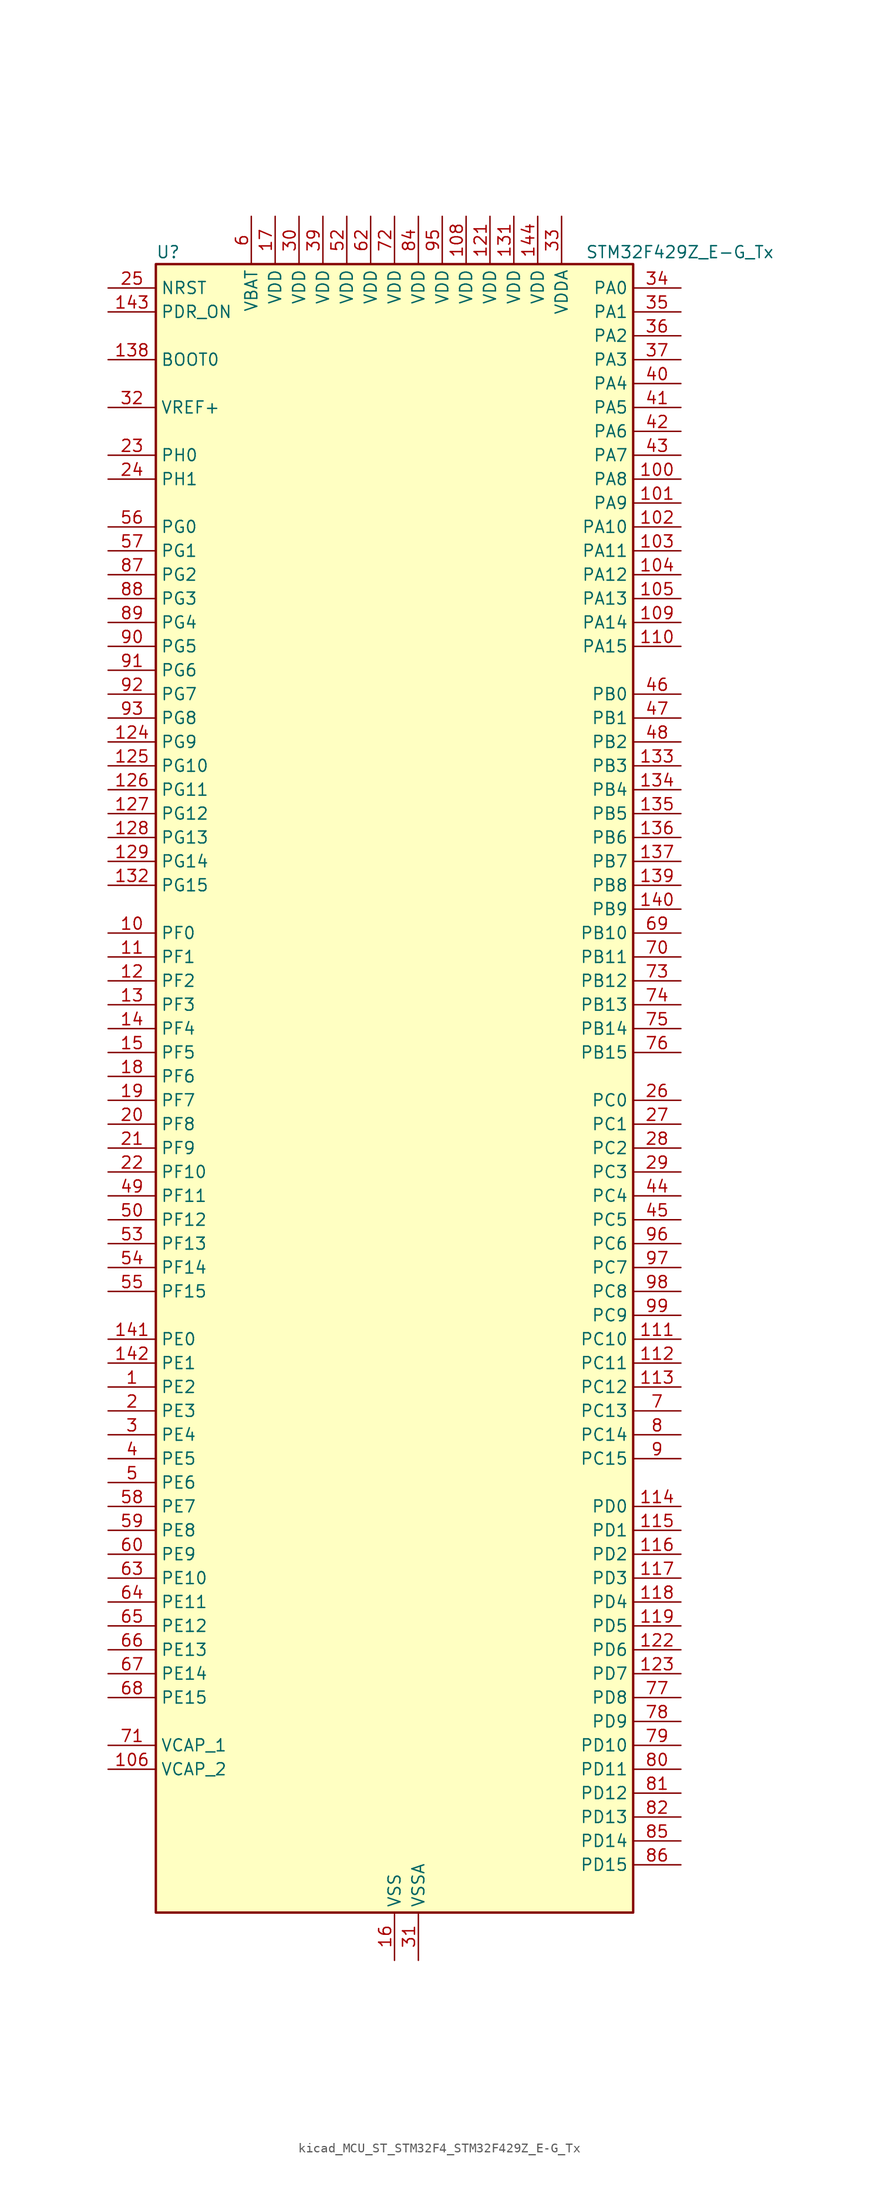
<source format=kicad_sym>
(kicad_symbol_lib
  (version 20220914)
  (generator kicad_symbol_editor)
  (symbol "kicad_MCU_ST_STM32F4_STM32F429Z_E-G_Tx"
    (property "Reference" "U"
      (at -25.4 90.17 0)
      (effects (font (size 1.27 1.27)) (justify left)))
    (property "Value" "STM32F429Z_E-G_Tx"
      (at 20.32 90.17 0)
      (effects (font (size 1.27 1.27)) (justify left)))
    (property "ki_locked" ""
      (at 0 0 0)
      (effects (font (size 1.27 1.27))))
    (symbol "kicad_MCU_ST_STM32F4_STM32F429Z_E-G_Tx_0_1"
      (rectangle (start -25.4 -86.36) (end 25.4 88.9) (stroke (width 0.254) (type default)) (fill (type background))))
    (symbol "kicad_MCU_ST_STM32F4_STM32F429Z_E-G_Tx_1_1"
      (pin bidirectional line (at -30.48 -30.48 0) (length 5.08) (name "PE2" (effects (font (size 1.27 1.27)))) (number "1" (effects (font (size 1.27 1.27)))) (alternate "ETH_TXD3" bidirectional line) (alternate "FMC_A23" bidirectional line) (alternate "SAI1_MCLK_A" bidirectional line) (alternate "SPI4_SCK" bidirectional line) (alternate "SYS_TRACECLK" bidirectional line))
      (pin bidirectional line (at -30.48 17.78 0) (length 5.08) (name "PF0" (effects (font (size 1.27 1.27)))) (number "10" (effects (font (size 1.27 1.27)))) (alternate "FMC_A0" bidirectional line) (alternate "I2C2_SDA" bidirectional line))
      (pin bidirectional line (at 30.48 66.04 180) (length 5.08) (name "PA8" (effects (font (size 1.27 1.27)))) (number "100" (effects (font (size 1.27 1.27)))) (alternate "I2C3_SCL" bidirectional line) (alternate "LTDC_R6" bidirectional line) (alternate "RCC_MCO_1" bidirectional line) (alternate "TIM1_CH1" bidirectional line) (alternate "USART1_CK" bidirectional line) (alternate "USB_OTG_FS_SOF" bidirectional line))
      (pin bidirectional line (at 30.48 63.5 180) (length 5.08) (name "PA9" (effects (font (size 1.27 1.27)))) (number "101" (effects (font (size 1.27 1.27)))) (alternate "DAC_EXTI9" bidirectional line) (alternate "DCMI_D0" bidirectional line) (alternate "I2C3_SMBA" bidirectional line) (alternate "TIM1_CH2" bidirectional line) (alternate "USART1_TX" bidirectional line) (alternate "USB_OTG_FS_VBUS" bidirectional line))
      (pin bidirectional line (at 30.48 60.96 180) (length 5.08) (name "PA10" (effects (font (size 1.27 1.27)))) (number "102" (effects (font (size 1.27 1.27)))) (alternate "DCMI_D1" bidirectional line) (alternate "TIM1_CH3" bidirectional line) (alternate "USART1_RX" bidirectional line) (alternate "USB_OTG_FS_ID" bidirectional line))
      (pin bidirectional line (at 30.48 58.42 180) (length 5.08) (name "PA11" (effects (font (size 1.27 1.27)))) (number "103" (effects (font (size 1.27 1.27)))) (alternate "ADC1_EXTI11" bidirectional line) (alternate "ADC2_EXTI11" bidirectional line) (alternate "ADC3_EXTI11" bidirectional line) (alternate "CAN1_RX" bidirectional line) (alternate "LTDC_R4" bidirectional line) (alternate "TIM1_CH4" bidirectional line) (alternate "USART1_CTS" bidirectional line) (alternate "USB_OTG_FS_DM" bidirectional line))
      (pin bidirectional line (at 30.48 55.88 180) (length 5.08) (name "PA12" (effects (font (size 1.27 1.27)))) (number "104" (effects (font (size 1.27 1.27)))) (alternate "CAN1_TX" bidirectional line) (alternate "LTDC_R5" bidirectional line) (alternate "TIM1_ETR" bidirectional line) (alternate "USART1_RTS" bidirectional line) (alternate "USB_OTG_FS_DP" bidirectional line))
      (pin bidirectional line (at 30.48 53.34 180) (length 5.08) (name "PA13" (effects (font (size 1.27 1.27)))) (number "105" (effects (font (size 1.27 1.27)))) (alternate "SYS_JTMS-SWDIO" bidirectional line))
      (pin power_out line (at -30.48 -71.12 0) (length 5.08) (name "VCAP_2" (effects (font (size 1.27 1.27)))) (number "106" (effects (font (size 1.27 1.27)))))
      (pin passive line (at 0 -91.44 90) (length 5.08) hide (name "VSS" (effects (font (size 1.27 1.27)))) (number "107" (effects (font (size 1.27 1.27)))))
      (pin power_in line (at 7.62 93.98 270) (length 5.08) (name "VDD" (effects (font (size 1.27 1.27)))) (number "108" (effects (font (size 1.27 1.27)))))
      (pin bidirectional line (at 30.48 50.8 180) (length 5.08) (name "PA14" (effects (font (size 1.27 1.27)))) (number "109" (effects (font (size 1.27 1.27)))) (alternate "SYS_JTCK-SWCLK" bidirectional line))
      (pin bidirectional line (at -30.48 15.24 0) (length 5.08) (name "PF1" (effects (font (size 1.27 1.27)))) (number "11" (effects (font (size 1.27 1.27)))) (alternate "FMC_A1" bidirectional line) (alternate "I2C2_SCL" bidirectional line))
      (pin bidirectional line (at 30.48 48.26 180) (length 5.08) (name "PA15" (effects (font (size 1.27 1.27)))) (number "110" (effects (font (size 1.27 1.27)))) (alternate "ADC1_EXTI15" bidirectional line) (alternate "ADC2_EXTI15" bidirectional line) (alternate "ADC3_EXTI15" bidirectional line) (alternate "I2S3_WS" bidirectional line) (alternate "SPI1_NSS" bidirectional line) (alternate "SPI3_NSS" bidirectional line) (alternate "SYS_JTDI" bidirectional line) (alternate "TIM2_CH1" bidirectional line) (alternate "TIM2_ETR" bidirectional line))
      (pin bidirectional line (at 30.48 -25.4 180) (length 5.08) (name "PC10" (effects (font (size 1.27 1.27)))) (number "111" (effects (font (size 1.27 1.27)))) (alternate "DCMI_D8" bidirectional line) (alternate "I2S3_CK" bidirectional line) (alternate "LTDC_R2" bidirectional line) (alternate "SDIO_D2" bidirectional line) (alternate "SPI3_SCK" bidirectional line) (alternate "UART4_TX" bidirectional line) (alternate "USART3_TX" bidirectional line))
      (pin bidirectional line (at 30.48 -27.94 180) (length 5.08) (name "PC11" (effects (font (size 1.27 1.27)))) (number "112" (effects (font (size 1.27 1.27)))) (alternate "ADC1_EXTI11" bidirectional line) (alternate "ADC2_EXTI11" bidirectional line) (alternate "ADC3_EXTI11" bidirectional line) (alternate "DCMI_D4" bidirectional line) (alternate "I2S3_ext_SD" bidirectional line) (alternate "SDIO_D3" bidirectional line) (alternate "SPI3_MISO" bidirectional line) (alternate "UART4_RX" bidirectional line) (alternate "USART3_RX" bidirectional line))
      (pin bidirectional line (at 30.48 -30.48 180) (length 5.08) (name "PC12" (effects (font (size 1.27 1.27)))) (number "113" (effects (font (size 1.27 1.27)))) (alternate "DCMI_D9" bidirectional line) (alternate "I2S3_SD" bidirectional line) (alternate "SDIO_CK" bidirectional line) (alternate "SPI3_MOSI" bidirectional line) (alternate "UART5_TX" bidirectional line) (alternate "USART3_CK" bidirectional line))
      (pin bidirectional line (at 30.48 -43.18 180) (length 5.08) (name "PD0" (effects (font (size 1.27 1.27)))) (number "114" (effects (font (size 1.27 1.27)))) (alternate "CAN1_RX" bidirectional line) (alternate "FMC_D2" bidirectional line) (alternate "FMC_DA2" bidirectional line))
      (pin bidirectional line (at 30.48 -45.72 180) (length 5.08) (name "PD1" (effects (font (size 1.27 1.27)))) (number "115" (effects (font (size 1.27 1.27)))) (alternate "CAN1_TX" bidirectional line) (alternate "FMC_D3" bidirectional line) (alternate "FMC_DA3" bidirectional line))
      (pin bidirectional line (at 30.48 -48.26 180) (length 5.08) (name "PD2" (effects (font (size 1.27 1.27)))) (number "116" (effects (font (size 1.27 1.27)))) (alternate "DCMI_D11" bidirectional line) (alternate "SDIO_CMD" bidirectional line) (alternate "TIM3_ETR" bidirectional line) (alternate "UART5_RX" bidirectional line))
      (pin bidirectional line (at 30.48 -50.8 180) (length 5.08) (name "PD3" (effects (font (size 1.27 1.27)))) (number "117" (effects (font (size 1.27 1.27)))) (alternate "DCMI_D5" bidirectional line) (alternate "FMC_CLK" bidirectional line) (alternate "I2S2_CK" bidirectional line) (alternate "LTDC_G7" bidirectional line) (alternate "SPI2_SCK" bidirectional line) (alternate "USART2_CTS" bidirectional line))
      (pin bidirectional line (at 30.48 -53.34 180) (length 5.08) (name "PD4" (effects (font (size 1.27 1.27)))) (number "118" (effects (font (size 1.27 1.27)))) (alternate "FMC_NOE" bidirectional line) (alternate "USART2_RTS" bidirectional line))
      (pin bidirectional line (at 30.48 -55.88 180) (length 5.08) (name "PD5" (effects (font (size 1.27 1.27)))) (number "119" (effects (font (size 1.27 1.27)))) (alternate "FMC_NWE" bidirectional line) (alternate "USART2_TX" bidirectional line))
      (pin bidirectional line (at -30.48 12.7 0) (length 5.08) (name "PF2" (effects (font (size 1.27 1.27)))) (number "12" (effects (font (size 1.27 1.27)))) (alternate "FMC_A2" bidirectional line) (alternate "I2C2_SMBA" bidirectional line))
      (pin passive line (at 0 -91.44 90) (length 5.08) hide (name "VSS" (effects (font (size 1.27 1.27)))) (number "120" (effects (font (size 1.27 1.27)))))
      (pin power_in line (at 10.16 93.98 270) (length 5.08) (name "VDD" (effects (font (size 1.27 1.27)))) (number "121" (effects (font (size 1.27 1.27)))))
      (pin bidirectional line (at 30.48 -58.42 180) (length 5.08) (name "PD6" (effects (font (size 1.27 1.27)))) (number "122" (effects (font (size 1.27 1.27)))) (alternate "DCMI_D10" bidirectional line) (alternate "FMC_NWAIT" bidirectional line) (alternate "I2S3_SD" bidirectional line) (alternate "LTDC_B2" bidirectional line) (alternate "SAI1_SD_A" bidirectional line) (alternate "SPI3_MOSI" bidirectional line) (alternate "USART2_RX" bidirectional line))
      (pin bidirectional line (at 30.48 -60.96 180) (length 5.08) (name "PD7" (effects (font (size 1.27 1.27)))) (number "123" (effects (font (size 1.27 1.27)))) (alternate "FMC_NCE2" bidirectional line) (alternate "FMC_NE1" bidirectional line) (alternate "USART2_CK" bidirectional line))
      (pin bidirectional line (at -30.48 38.1 0) (length 5.08) (name "PG9" (effects (font (size 1.27 1.27)))) (number "124" (effects (font (size 1.27 1.27)))) (alternate "DAC_EXTI9" bidirectional line) (alternate "DCMI_VSYNC" bidirectional line) (alternate "FMC_NCE3" bidirectional line) (alternate "FMC_NE2" bidirectional line) (alternate "USART6_RX" bidirectional line))
      (pin bidirectional line (at -30.48 35.56 0) (length 5.08) (name "PG10" (effects (font (size 1.27 1.27)))) (number "125" (effects (font (size 1.27 1.27)))) (alternate "DCMI_D2" bidirectional line) (alternate "FMC_NCE4_1" bidirectional line) (alternate "FMC_NE3" bidirectional line) (alternate "LTDC_B2" bidirectional line) (alternate "LTDC_G3" bidirectional line))
      (pin bidirectional line (at -30.48 33.02 0) (length 5.08) (name "PG11" (effects (font (size 1.27 1.27)))) (number "126" (effects (font (size 1.27 1.27)))) (alternate "ADC1_EXTI11" bidirectional line) (alternate "ADC2_EXTI11" bidirectional line) (alternate "ADC3_EXTI11" bidirectional line) (alternate "DCMI_D3" bidirectional line) (alternate "ETH_TX_EN" bidirectional line) (alternate "FMC_NCE4_2" bidirectional line) (alternate "LTDC_B3" bidirectional line))
      (pin bidirectional line (at -30.48 30.48 0) (length 5.08) (name "PG12" (effects (font (size 1.27 1.27)))) (number "127" (effects (font (size 1.27 1.27)))) (alternate "FMC_NE4" bidirectional line) (alternate "LTDC_B1" bidirectional line) (alternate "LTDC_B4" bidirectional line) (alternate "SPI6_MISO" bidirectional line) (alternate "USART6_RTS" bidirectional line))
      (pin bidirectional line (at -30.48 27.94 0) (length 5.08) (name "PG13" (effects (font (size 1.27 1.27)))) (number "128" (effects (font (size 1.27 1.27)))) (alternate "ETH_TXD0" bidirectional line) (alternate "FMC_A24" bidirectional line) (alternate "SPI6_SCK" bidirectional line) (alternate "USART6_CTS" bidirectional line))
      (pin bidirectional line (at -30.48 25.4 0) (length 5.08) (name "PG14" (effects (font (size 1.27 1.27)))) (number "129" (effects (font (size 1.27 1.27)))) (alternate "ETH_TXD1" bidirectional line) (alternate "FMC_A25" bidirectional line) (alternate "SPI6_MOSI" bidirectional line) (alternate "USART6_TX" bidirectional line))
      (pin bidirectional line (at -30.48 10.16 0) (length 5.08) (name "PF3" (effects (font (size 1.27 1.27)))) (number "13" (effects (font (size 1.27 1.27)))) (alternate "ADC3_IN9" bidirectional line) (alternate "FMC_A3" bidirectional line))
      (pin passive line (at 0 -91.44 90) (length 5.08) hide (name "VSS" (effects (font (size 1.27 1.27)))) (number "130" (effects (font (size 1.27 1.27)))))
      (pin power_in line (at 12.7 93.98 270) (length 5.08) (name "VDD" (effects (font (size 1.27 1.27)))) (number "131" (effects (font (size 1.27 1.27)))))
      (pin bidirectional line (at -30.48 22.86 0) (length 5.08) (name "PG15" (effects (font (size 1.27 1.27)))) (number "132" (effects (font (size 1.27 1.27)))) (alternate "ADC1_EXTI15" bidirectional line) (alternate "ADC2_EXTI15" bidirectional line) (alternate "ADC3_EXTI15" bidirectional line) (alternate "DCMI_D13" bidirectional line) (alternate "FMC_SDNCAS" bidirectional line) (alternate "USART6_CTS" bidirectional line))
      (pin bidirectional line (at 30.48 35.56 180) (length 5.08) (name "PB3" (effects (font (size 1.27 1.27)))) (number "133" (effects (font (size 1.27 1.27)))) (alternate "I2S3_CK" bidirectional line) (alternate "SPI1_SCK" bidirectional line) (alternate "SPI3_SCK" bidirectional line) (alternate "SYS_JTDO-SWO" bidirectional line) (alternate "TIM2_CH2" bidirectional line))
      (pin bidirectional line (at 30.48 33.02 180) (length 5.08) (name "PB4" (effects (font (size 1.27 1.27)))) (number "134" (effects (font (size 1.27 1.27)))) (alternate "I2S3_ext_SD" bidirectional line) (alternate "SPI1_MISO" bidirectional line) (alternate "SPI3_MISO" bidirectional line) (alternate "SYS_JTRST" bidirectional line) (alternate "TIM3_CH1" bidirectional line))
      (pin bidirectional line (at 30.48 30.48 180) (length 5.08) (name "PB5" (effects (font (size 1.27 1.27)))) (number "135" (effects (font (size 1.27 1.27)))) (alternate "CAN2_RX" bidirectional line) (alternate "DCMI_D10" bidirectional line) (alternate "ETH_PPS_OUT" bidirectional line) (alternate "FMC_SDCKE1" bidirectional line) (alternate "I2C1_SMBA" bidirectional line) (alternate "I2S3_SD" bidirectional line) (alternate "SPI1_MOSI" bidirectional line) (alternate "SPI3_MOSI" bidirectional line) (alternate "TIM3_CH2" bidirectional line) (alternate "USB_OTG_HS_ULPI_D7" bidirectional line))
      (pin bidirectional line (at 30.48 27.94 180) (length 5.08) (name "PB6" (effects (font (size 1.27 1.27)))) (number "136" (effects (font (size 1.27 1.27)))) (alternate "CAN2_TX" bidirectional line) (alternate "DCMI_D5" bidirectional line) (alternate "FMC_SDNE1" bidirectional line) (alternate "I2C1_SCL" bidirectional line) (alternate "TIM4_CH1" bidirectional line) (alternate "USART1_TX" bidirectional line))
      (pin bidirectional line (at 30.48 25.4 180) (length 5.08) (name "PB7" (effects (font (size 1.27 1.27)))) (number "137" (effects (font (size 1.27 1.27)))) (alternate "DCMI_VSYNC" bidirectional line) (alternate "FMC_NL" bidirectional line) (alternate "I2C1_SDA" bidirectional line) (alternate "TIM4_CH2" bidirectional line) (alternate "USART1_RX" bidirectional line))
      (pin input line (at -30.48 78.74 0) (length 5.08) (name "BOOT0" (effects (font (size 1.27 1.27)))) (number "138" (effects (font (size 1.27 1.27)))))
      (pin bidirectional line (at 30.48 22.86 180) (length 5.08) (name "PB8" (effects (font (size 1.27 1.27)))) (number "139" (effects (font (size 1.27 1.27)))) (alternate "CAN1_RX" bidirectional line) (alternate "DCMI_D6" bidirectional line) (alternate "ETH_TXD3" bidirectional line) (alternate "I2C1_SCL" bidirectional line) (alternate "LTDC_B6" bidirectional line) (alternate "SDIO_D4" bidirectional line) (alternate "TIM10_CH1" bidirectional line) (alternate "TIM4_CH3" bidirectional line))
      (pin bidirectional line (at -30.48 7.62 0) (length 5.08) (name "PF4" (effects (font (size 1.27 1.27)))) (number "14" (effects (font (size 1.27 1.27)))) (alternate "ADC3_IN14" bidirectional line) (alternate "FMC_A4" bidirectional line))
      (pin bidirectional line (at 30.48 20.32 180) (length 5.08) (name "PB9" (effects (font (size 1.27 1.27)))) (number "140" (effects (font (size 1.27 1.27)))) (alternate "CAN1_TX" bidirectional line) (alternate "DAC_EXTI9" bidirectional line) (alternate "DCMI_D7" bidirectional line) (alternate "I2C1_SDA" bidirectional line) (alternate "I2S2_WS" bidirectional line) (alternate "LTDC_B7" bidirectional line) (alternate "SDIO_D5" bidirectional line) (alternate "SPI2_NSS" bidirectional line) (alternate "TIM11_CH1" bidirectional line) (alternate "TIM4_CH4" bidirectional line))
      (pin bidirectional line (at -30.48 -25.4 0) (length 5.08) (name "PE0" (effects (font (size 1.27 1.27)))) (number "141" (effects (font (size 1.27 1.27)))) (alternate "DCMI_D2" bidirectional line) (alternate "FMC_NBL0" bidirectional line) (alternate "TIM4_ETR" bidirectional line) (alternate "UART8_RX" bidirectional line))
      (pin bidirectional line (at -30.48 -27.94 0) (length 5.08) (name "PE1" (effects (font (size 1.27 1.27)))) (number "142" (effects (font (size 1.27 1.27)))) (alternate "DCMI_D3" bidirectional line) (alternate "FMC_NBL1" bidirectional line) (alternate "UART8_TX" bidirectional line))
      (pin input line (at -30.48 83.82 0) (length 5.08) (name "PDR_ON" (effects (font (size 1.27 1.27)))) (number "143" (effects (font (size 1.27 1.27)))))
      (pin power_in line (at 15.24 93.98 270) (length 5.08) (name "VDD" (effects (font (size 1.27 1.27)))) (number "144" (effects (font (size 1.27 1.27)))))
      (pin bidirectional line (at -30.48 5.08 0) (length 5.08) (name "PF5" (effects (font (size 1.27 1.27)))) (number "15" (effects (font (size 1.27 1.27)))) (alternate "ADC3_IN15" bidirectional line) (alternate "FMC_A5" bidirectional line))
      (pin power_in line (at 0 -91.44 90) (length 5.08) (name "VSS" (effects (font (size 1.27 1.27)))) (number "16" (effects (font (size 1.27 1.27)))))
      (pin power_in line (at -12.7 93.98 270) (length 5.08) (name "VDD" (effects (font (size 1.27 1.27)))) (number "17" (effects (font (size 1.27 1.27)))))
      (pin bidirectional line (at -30.48 2.54 0) (length 5.08) (name "PF6" (effects (font (size 1.27 1.27)))) (number "18" (effects (font (size 1.27 1.27)))) (alternate "ADC3_IN4" bidirectional line) (alternate "FMC_NIORD" bidirectional line) (alternate "SAI1_SD_B" bidirectional line) (alternate "SPI5_NSS" bidirectional line) (alternate "TIM10_CH1" bidirectional line) (alternate "UART7_RX" bidirectional line))
      (pin bidirectional line (at -30.48 0 0) (length 5.08) (name "PF7" (effects (font (size 1.27 1.27)))) (number "19" (effects (font (size 1.27 1.27)))) (alternate "ADC3_IN5" bidirectional line) (alternate "FMC_NREG" bidirectional line) (alternate "SAI1_MCLK_B" bidirectional line) (alternate "SPI5_SCK" bidirectional line) (alternate "TIM11_CH1" bidirectional line) (alternate "UART7_TX" bidirectional line))
      (pin bidirectional line (at -30.48 -33.02 0) (length 5.08) (name "PE3" (effects (font (size 1.27 1.27)))) (number "2" (effects (font (size 1.27 1.27)))) (alternate "FMC_A19" bidirectional line) (alternate "SAI1_SD_B" bidirectional line) (alternate "SYS_TRACED0" bidirectional line))
      (pin bidirectional line (at -30.48 -2.54 0) (length 5.08) (name "PF8" (effects (font (size 1.27 1.27)))) (number "20" (effects (font (size 1.27 1.27)))) (alternate "ADC3_IN6" bidirectional line) (alternate "FMC_NIOWR" bidirectional line) (alternate "SAI1_SCK_B" bidirectional line) (alternate "SPI5_MISO" bidirectional line) (alternate "TIM13_CH1" bidirectional line))
      (pin bidirectional line (at -30.48 -5.08 0) (length 5.08) (name "PF9" (effects (font (size 1.27 1.27)))) (number "21" (effects (font (size 1.27 1.27)))) (alternate "ADC3_IN7" bidirectional line) (alternate "DAC_EXTI9" bidirectional line) (alternate "FMC_CD" bidirectional line) (alternate "SAI1_FS_B" bidirectional line) (alternate "SPI5_MOSI" bidirectional line) (alternate "TIM14_CH1" bidirectional line))
      (pin bidirectional line (at -30.48 -7.62 0) (length 5.08) (name "PF10" (effects (font (size 1.27 1.27)))) (number "22" (effects (font (size 1.27 1.27)))) (alternate "ADC3_IN8" bidirectional line) (alternate "DCMI_D11" bidirectional line) (alternate "FMC_INTR" bidirectional line) (alternate "LTDC_DE" bidirectional line))
      (pin bidirectional line (at -30.48 68.58 0) (length 5.08) (name "PH0" (effects (font (size 1.27 1.27)))) (number "23" (effects (font (size 1.27 1.27)))) (alternate "RCC_OSC_IN" bidirectional line))
      (pin bidirectional line (at -30.48 66.04 0) (length 5.08) (name "PH1" (effects (font (size 1.27 1.27)))) (number "24" (effects (font (size 1.27 1.27)))) (alternate "RCC_OSC_OUT" bidirectional line))
      (pin input line (at -30.48 86.36 0) (length 5.08) (name "NRST" (effects (font (size 1.27 1.27)))) (number "25" (effects (font (size 1.27 1.27)))))
      (pin bidirectional line (at 30.48 0 180) (length 5.08) (name "PC0" (effects (font (size 1.27 1.27)))) (number "26" (effects (font (size 1.27 1.27)))) (alternate "ADC1_IN10" bidirectional line) (alternate "ADC2_IN10" bidirectional line) (alternate "ADC3_IN10" bidirectional line) (alternate "FMC_SDNWE" bidirectional line) (alternate "USB_OTG_HS_ULPI_STP" bidirectional line))
      (pin bidirectional line (at 30.48 -2.54 180) (length 5.08) (name "PC1" (effects (font (size 1.27 1.27)))) (number "27" (effects (font (size 1.27 1.27)))) (alternate "ADC1_IN11" bidirectional line) (alternate "ADC2_IN11" bidirectional line) (alternate "ADC3_IN11" bidirectional line) (alternate "ETH_MDC" bidirectional line))
      (pin bidirectional line (at 30.48 -5.08 180) (length 5.08) (name "PC2" (effects (font (size 1.27 1.27)))) (number "28" (effects (font (size 1.27 1.27)))) (alternate "ADC1_IN12" bidirectional line) (alternate "ADC2_IN12" bidirectional line) (alternate "ADC3_IN12" bidirectional line) (alternate "ETH_TXD2" bidirectional line) (alternate "FMC_SDNE0" bidirectional line) (alternate "I2S2_ext_SD" bidirectional line) (alternate "SPI2_MISO" bidirectional line) (alternate "USB_OTG_HS_ULPI_DIR" bidirectional line))
      (pin bidirectional line (at 30.48 -7.62 180) (length 5.08) (name "PC3" (effects (font (size 1.27 1.27)))) (number "29" (effects (font (size 1.27 1.27)))) (alternate "ADC1_IN13" bidirectional line) (alternate "ADC2_IN13" bidirectional line) (alternate "ADC3_IN13" bidirectional line) (alternate "ETH_TX_CLK" bidirectional line) (alternate "FMC_SDCKE0" bidirectional line) (alternate "I2S2_SD" bidirectional line) (alternate "SPI2_MOSI" bidirectional line) (alternate "USB_OTG_HS_ULPI_NXT" bidirectional line))
      (pin bidirectional line (at -30.48 -35.56 0) (length 5.08) (name "PE4" (effects (font (size 1.27 1.27)))) (number "3" (effects (font (size 1.27 1.27)))) (alternate "DCMI_D4" bidirectional line) (alternate "FMC_A20" bidirectional line) (alternate "LTDC_B0" bidirectional line) (alternate "SAI1_FS_A" bidirectional line) (alternate "SPI4_NSS" bidirectional line) (alternate "SYS_TRACED1" bidirectional line))
      (pin power_in line (at -10.16 93.98 270) (length 5.08) (name "VDD" (effects (font (size 1.27 1.27)))) (number "30" (effects (font (size 1.27 1.27)))))
      (pin power_in line (at 2.54 -91.44 90) (length 5.08) (name "VSSA" (effects (font (size 1.27 1.27)))) (number "31" (effects (font (size 1.27 1.27)))))
      (pin input line (at -30.48 73.66 0) (length 5.08) (name "VREF+" (effects (font (size 1.27 1.27)))) (number "32" (effects (font (size 1.27 1.27)))))
      (pin power_in line (at 17.78 93.98 270) (length 5.08) (name "VDDA" (effects (font (size 1.27 1.27)))) (number "33" (effects (font (size 1.27 1.27)))))
      (pin bidirectional line (at 30.48 86.36 180) (length 5.08) (name "PA0" (effects (font (size 1.27 1.27)))) (number "34" (effects (font (size 1.27 1.27)))) (alternate "ADC1_IN0" bidirectional line) (alternate "ADC2_IN0" bidirectional line) (alternate "ADC3_IN0" bidirectional line) (alternate "ETH_CRS" bidirectional line) (alternate "SYS_WKUP" bidirectional line) (alternate "TIM2_CH1" bidirectional line) (alternate "TIM2_ETR" bidirectional line) (alternate "TIM5_CH1" bidirectional line) (alternate "TIM8_ETR" bidirectional line) (alternate "UART4_TX" bidirectional line) (alternate "USART2_CTS" bidirectional line))
      (pin bidirectional line (at 30.48 83.82 180) (length 5.08) (name "PA1" (effects (font (size 1.27 1.27)))) (number "35" (effects (font (size 1.27 1.27)))) (alternate "ADC1_IN1" bidirectional line) (alternate "ADC2_IN1" bidirectional line) (alternate "ADC3_IN1" bidirectional line) (alternate "ETH_REF_CLK" bidirectional line) (alternate "ETH_RX_CLK" bidirectional line) (alternate "TIM2_CH2" bidirectional line) (alternate "TIM5_CH2" bidirectional line) (alternate "UART4_RX" bidirectional line) (alternate "USART2_RTS" bidirectional line))
      (pin bidirectional line (at 30.48 81.28 180) (length 5.08) (name "PA2" (effects (font (size 1.27 1.27)))) (number "36" (effects (font (size 1.27 1.27)))) (alternate "ADC1_IN2" bidirectional line) (alternate "ADC2_IN2" bidirectional line) (alternate "ADC3_IN2" bidirectional line) (alternate "ETH_MDIO" bidirectional line) (alternate "TIM2_CH3" bidirectional line) (alternate "TIM5_CH3" bidirectional line) (alternate "TIM9_CH1" bidirectional line) (alternate "USART2_TX" bidirectional line))
      (pin bidirectional line (at 30.48 78.74 180) (length 5.08) (name "PA3" (effects (font (size 1.27 1.27)))) (number "37" (effects (font (size 1.27 1.27)))) (alternate "ADC1_IN3" bidirectional line) (alternate "ADC2_IN3" bidirectional line) (alternate "ADC3_IN3" bidirectional line) (alternate "ETH_COL" bidirectional line) (alternate "LTDC_B5" bidirectional line) (alternate "TIM2_CH4" bidirectional line) (alternate "TIM5_CH4" bidirectional line) (alternate "TIM9_CH2" bidirectional line) (alternate "USART2_RX" bidirectional line) (alternate "USB_OTG_HS_ULPI_D0" bidirectional line))
      (pin passive line (at 0 -91.44 90) (length 5.08) hide (name "VSS" (effects (font (size 1.27 1.27)))) (number "38" (effects (font (size 1.27 1.27)))))
      (pin power_in line (at -7.62 93.98 270) (length 5.08) (name "VDD" (effects (font (size 1.27 1.27)))) (number "39" (effects (font (size 1.27 1.27)))))
      (pin bidirectional line (at -30.48 -38.1 0) (length 5.08) (name "PE5" (effects (font (size 1.27 1.27)))) (number "4" (effects (font (size 1.27 1.27)))) (alternate "DCMI_D6" bidirectional line) (alternate "FMC_A21" bidirectional line) (alternate "LTDC_G0" bidirectional line) (alternate "SAI1_SCK_A" bidirectional line) (alternate "SPI4_MISO" bidirectional line) (alternate "SYS_TRACED2" bidirectional line) (alternate "TIM9_CH1" bidirectional line))
      (pin bidirectional line (at 30.48 76.2 180) (length 5.08) (name "PA4" (effects (font (size 1.27 1.27)))) (number "40" (effects (font (size 1.27 1.27)))) (alternate "ADC1_IN4" bidirectional line) (alternate "ADC2_IN4" bidirectional line) (alternate "DAC_OUT1" bidirectional line) (alternate "DCMI_HSYNC" bidirectional line) (alternate "I2S3_WS" bidirectional line) (alternate "LTDC_VSYNC" bidirectional line) (alternate "SPI1_NSS" bidirectional line) (alternate "SPI3_NSS" bidirectional line) (alternate "USART2_CK" bidirectional line) (alternate "USB_OTG_HS_SOF" bidirectional line))
      (pin bidirectional line (at 30.48 73.66 180) (length 5.08) (name "PA5" (effects (font (size 1.27 1.27)))) (number "41" (effects (font (size 1.27 1.27)))) (alternate "ADC1_IN5" bidirectional line) (alternate "ADC2_IN5" bidirectional line) (alternate "DAC_OUT2" bidirectional line) (alternate "SPI1_SCK" bidirectional line) (alternate "TIM2_CH1" bidirectional line) (alternate "TIM2_ETR" bidirectional line) (alternate "TIM8_CH1N" bidirectional line) (alternate "USB_OTG_HS_ULPI_CK" bidirectional line))
      (pin bidirectional line (at 30.48 71.12 180) (length 5.08) (name "PA6" (effects (font (size 1.27 1.27)))) (number "42" (effects (font (size 1.27 1.27)))) (alternate "ADC1_IN6" bidirectional line) (alternate "ADC2_IN6" bidirectional line) (alternate "DCMI_PIXCLK" bidirectional line) (alternate "LTDC_G2" bidirectional line) (alternate "SPI1_MISO" bidirectional line) (alternate "TIM13_CH1" bidirectional line) (alternate "TIM1_BKIN" bidirectional line) (alternate "TIM3_CH1" bidirectional line) (alternate "TIM8_BKIN" bidirectional line))
      (pin bidirectional line (at 30.48 68.58 180) (length 5.08) (name "PA7" (effects (font (size 1.27 1.27)))) (number "43" (effects (font (size 1.27 1.27)))) (alternate "ADC1_IN7" bidirectional line) (alternate "ADC2_IN7" bidirectional line) (alternate "ETH_CRS_DV" bidirectional line) (alternate "ETH_RX_DV" bidirectional line) (alternate "SPI1_MOSI" bidirectional line) (alternate "TIM14_CH1" bidirectional line) (alternate "TIM1_CH1N" bidirectional line) (alternate "TIM3_CH2" bidirectional line) (alternate "TIM8_CH1N" bidirectional line))
      (pin bidirectional line (at 30.48 -10.16 180) (length 5.08) (name "PC4" (effects (font (size 1.27 1.27)))) (number "44" (effects (font (size 1.27 1.27)))) (alternate "ADC1_IN14" bidirectional line) (alternate "ADC2_IN14" bidirectional line) (alternate "ETH_RXD0" bidirectional line))
      (pin bidirectional line (at 30.48 -12.7 180) (length 5.08) (name "PC5" (effects (font (size 1.27 1.27)))) (number "45" (effects (font (size 1.27 1.27)))) (alternate "ADC1_IN15" bidirectional line) (alternate "ADC2_IN15" bidirectional line) (alternate "ETH_RXD1" bidirectional line))
      (pin bidirectional line (at 30.48 43.18 180) (length 5.08) (name "PB0" (effects (font (size 1.27 1.27)))) (number "46" (effects (font (size 1.27 1.27)))) (alternate "ADC1_IN8" bidirectional line) (alternate "ADC2_IN8" bidirectional line) (alternate "ETH_RXD2" bidirectional line) (alternate "LTDC_R3" bidirectional line) (alternate "TIM1_CH2N" bidirectional line) (alternate "TIM3_CH3" bidirectional line) (alternate "TIM8_CH2N" bidirectional line) (alternate "USB_OTG_HS_ULPI_D1" bidirectional line))
      (pin bidirectional line (at 30.48 40.64 180) (length 5.08) (name "PB1" (effects (font (size 1.27 1.27)))) (number "47" (effects (font (size 1.27 1.27)))) (alternate "ADC1_IN9" bidirectional line) (alternate "ADC2_IN9" bidirectional line) (alternate "ETH_RXD3" bidirectional line) (alternate "LTDC_R6" bidirectional line) (alternate "TIM1_CH3N" bidirectional line) (alternate "TIM3_CH4" bidirectional line) (alternate "TIM8_CH3N" bidirectional line) (alternate "USB_OTG_HS_ULPI_D2" bidirectional line))
      (pin bidirectional line (at 30.48 38.1 180) (length 5.08) (name "PB2" (effects (font (size 1.27 1.27)))) (number "48" (effects (font (size 1.27 1.27)))))
      (pin bidirectional line (at -30.48 -10.16 0) (length 5.08) (name "PF11" (effects (font (size 1.27 1.27)))) (number "49" (effects (font (size 1.27 1.27)))) (alternate "ADC1_EXTI11" bidirectional line) (alternate "ADC2_EXTI11" bidirectional line) (alternate "ADC3_EXTI11" bidirectional line) (alternate "DCMI_D12" bidirectional line) (alternate "FMC_SDNRAS" bidirectional line) (alternate "SPI5_MOSI" bidirectional line))
      (pin bidirectional line (at -30.48 -40.64 0) (length 5.08) (name "PE6" (effects (font (size 1.27 1.27)))) (number "5" (effects (font (size 1.27 1.27)))) (alternate "DCMI_D7" bidirectional line) (alternate "FMC_A22" bidirectional line) (alternate "LTDC_G1" bidirectional line) (alternate "SAI1_SD_A" bidirectional line) (alternate "SPI4_MOSI" bidirectional line) (alternate "SYS_TRACED3" bidirectional line) (alternate "TIM9_CH2" bidirectional line))
      (pin bidirectional line (at -30.48 -12.7 0) (length 5.08) (name "PF12" (effects (font (size 1.27 1.27)))) (number "50" (effects (font (size 1.27 1.27)))) (alternate "FMC_A6" bidirectional line))
      (pin passive line (at 0 -91.44 90) (length 5.08) hide (name "VSS" (effects (font (size 1.27 1.27)))) (number "51" (effects (font (size 1.27 1.27)))))
      (pin power_in line (at -5.08 93.98 270) (length 5.08) (name "VDD" (effects (font (size 1.27 1.27)))) (number "52" (effects (font (size 1.27 1.27)))))
      (pin bidirectional line (at -30.48 -15.24 0) (length 5.08) (name "PF13" (effects (font (size 1.27 1.27)))) (number "53" (effects (font (size 1.27 1.27)))) (alternate "FMC_A7" bidirectional line))
      (pin bidirectional line (at -30.48 -17.78 0) (length 5.08) (name "PF14" (effects (font (size 1.27 1.27)))) (number "54" (effects (font (size 1.27 1.27)))) (alternate "FMC_A8" bidirectional line))
      (pin bidirectional line (at -30.48 -20.32 0) (length 5.08) (name "PF15" (effects (font (size 1.27 1.27)))) (number "55" (effects (font (size 1.27 1.27)))) (alternate "ADC1_EXTI15" bidirectional line) (alternate "ADC2_EXTI15" bidirectional line) (alternate "ADC3_EXTI15" bidirectional line) (alternate "FMC_A9" bidirectional line))
      (pin bidirectional line (at -30.48 60.96 0) (length 5.08) (name "PG0" (effects (font (size 1.27 1.27)))) (number "56" (effects (font (size 1.27 1.27)))) (alternate "FMC_A10" bidirectional line))
      (pin bidirectional line (at -30.48 58.42 0) (length 5.08) (name "PG1" (effects (font (size 1.27 1.27)))) (number "57" (effects (font (size 1.27 1.27)))) (alternate "FMC_A11" bidirectional line))
      (pin bidirectional line (at -30.48 -43.18 0) (length 5.08) (name "PE7" (effects (font (size 1.27 1.27)))) (number "58" (effects (font (size 1.27 1.27)))) (alternate "FMC_D4" bidirectional line) (alternate "FMC_DA4" bidirectional line) (alternate "TIM1_ETR" bidirectional line) (alternate "UART7_RX" bidirectional line))
      (pin bidirectional line (at -30.48 -45.72 0) (length 5.08) (name "PE8" (effects (font (size 1.27 1.27)))) (number "59" (effects (font (size 1.27 1.27)))) (alternate "FMC_D5" bidirectional line) (alternate "FMC_DA5" bidirectional line) (alternate "TIM1_CH1N" bidirectional line) (alternate "UART7_TX" bidirectional line))
      (pin power_in line (at -15.24 93.98 270) (length 5.08) (name "VBAT" (effects (font (size 1.27 1.27)))) (number "6" (effects (font (size 1.27 1.27)))))
      (pin bidirectional line (at -30.48 -48.26 0) (length 5.08) (name "PE9" (effects (font (size 1.27 1.27)))) (number "60" (effects (font (size 1.27 1.27)))) (alternate "DAC_EXTI9" bidirectional line) (alternate "FMC_D6" bidirectional line) (alternate "FMC_DA6" bidirectional line) (alternate "TIM1_CH1" bidirectional line))
      (pin passive line (at 0 -91.44 90) (length 5.08) hide (name "VSS" (effects (font (size 1.27 1.27)))) (number "61" (effects (font (size 1.27 1.27)))))
      (pin power_in line (at -2.54 93.98 270) (length 5.08) (name "VDD" (effects (font (size 1.27 1.27)))) (number "62" (effects (font (size 1.27 1.27)))))
      (pin bidirectional line (at -30.48 -50.8 0) (length 5.08) (name "PE10" (effects (font (size 1.27 1.27)))) (number "63" (effects (font (size 1.27 1.27)))) (alternate "FMC_D7" bidirectional line) (alternate "FMC_DA7" bidirectional line) (alternate "TIM1_CH2N" bidirectional line))
      (pin bidirectional line (at -30.48 -53.34 0) (length 5.08) (name "PE11" (effects (font (size 1.27 1.27)))) (number "64" (effects (font (size 1.27 1.27)))) (alternate "ADC1_EXTI11" bidirectional line) (alternate "ADC2_EXTI11" bidirectional line) (alternate "ADC3_EXTI11" bidirectional line) (alternate "FMC_D8" bidirectional line) (alternate "FMC_DA8" bidirectional line) (alternate "LTDC_G3" bidirectional line) (alternate "SPI4_NSS" bidirectional line) (alternate "TIM1_CH2" bidirectional line))
      (pin bidirectional line (at -30.48 -55.88 0) (length 5.08) (name "PE12" (effects (font (size 1.27 1.27)))) (number "65" (effects (font (size 1.27 1.27)))) (alternate "FMC_D9" bidirectional line) (alternate "FMC_DA9" bidirectional line) (alternate "LTDC_B4" bidirectional line) (alternate "SPI4_SCK" bidirectional line) (alternate "TIM1_CH3N" bidirectional line))
      (pin bidirectional line (at -30.48 -58.42 0) (length 5.08) (name "PE13" (effects (font (size 1.27 1.27)))) (number "66" (effects (font (size 1.27 1.27)))) (alternate "FMC_D10" bidirectional line) (alternate "FMC_DA10" bidirectional line) (alternate "LTDC_DE" bidirectional line) (alternate "SPI4_MISO" bidirectional line) (alternate "TIM1_CH3" bidirectional line))
      (pin bidirectional line (at -30.48 -60.96 0) (length 5.08) (name "PE14" (effects (font (size 1.27 1.27)))) (number "67" (effects (font (size 1.27 1.27)))) (alternate "FMC_D11" bidirectional line) (alternate "FMC_DA11" bidirectional line) (alternate "LTDC_CLK" bidirectional line) (alternate "SPI4_MOSI" bidirectional line) (alternate "TIM1_CH4" bidirectional line))
      (pin bidirectional line (at -30.48 -63.5 0) (length 5.08) (name "PE15" (effects (font (size 1.27 1.27)))) (number "68" (effects (font (size 1.27 1.27)))) (alternate "ADC1_EXTI15" bidirectional line) (alternate "ADC2_EXTI15" bidirectional line) (alternate "ADC3_EXTI15" bidirectional line) (alternate "FMC_D12" bidirectional line) (alternate "FMC_DA12" bidirectional line) (alternate "LTDC_R7" bidirectional line) (alternate "TIM1_BKIN" bidirectional line))
      (pin bidirectional line (at 30.48 17.78 180) (length 5.08) (name "PB10" (effects (font (size 1.27 1.27)))) (number "69" (effects (font (size 1.27 1.27)))) (alternate "ETH_RX_ER" bidirectional line) (alternate "I2C2_SCL" bidirectional line) (alternate "I2S2_CK" bidirectional line) (alternate "LTDC_G4" bidirectional line) (alternate "SPI2_SCK" bidirectional line) (alternate "TIM2_CH3" bidirectional line) (alternate "USART3_TX" bidirectional line) (alternate "USB_OTG_HS_ULPI_D3" bidirectional line))
      (pin bidirectional line (at 30.48 -33.02 180) (length 5.08) (name "PC13" (effects (font (size 1.27 1.27)))) (number "7" (effects (font (size 1.27 1.27)))) (alternate "RTC_AF1" bidirectional line))
      (pin bidirectional line (at 30.48 15.24 180) (length 5.08) (name "PB11" (effects (font (size 1.27 1.27)))) (number "70" (effects (font (size 1.27 1.27)))) (alternate "ADC1_EXTI11" bidirectional line) (alternate "ADC2_EXTI11" bidirectional line) (alternate "ADC3_EXTI11" bidirectional line) (alternate "ETH_TX_EN" bidirectional line) (alternate "I2C2_SDA" bidirectional line) (alternate "LTDC_G5" bidirectional line) (alternate "TIM2_CH4" bidirectional line) (alternate "USART3_RX" bidirectional line) (alternate "USB_OTG_HS_ULPI_D4" bidirectional line))
      (pin power_out line (at -30.48 -68.58 0) (length 5.08) (name "VCAP_1" (effects (font (size 1.27 1.27)))) (number "71" (effects (font (size 1.27 1.27)))))
      (pin power_in line (at 0 93.98 270) (length 5.08) (name "VDD" (effects (font (size 1.27 1.27)))) (number "72" (effects (font (size 1.27 1.27)))))
      (pin bidirectional line (at 30.48 12.7 180) (length 5.08) (name "PB12" (effects (font (size 1.27 1.27)))) (number "73" (effects (font (size 1.27 1.27)))) (alternate "CAN2_RX" bidirectional line) (alternate "ETH_TXD0" bidirectional line) (alternate "I2C2_SMBA" bidirectional line) (alternate "I2S2_WS" bidirectional line) (alternate "SPI2_NSS" bidirectional line) (alternate "TIM1_BKIN" bidirectional line) (alternate "USART3_CK" bidirectional line) (alternate "USB_OTG_HS_ID" bidirectional line) (alternate "USB_OTG_HS_ULPI_D5" bidirectional line))
      (pin bidirectional line (at 30.48 10.16 180) (length 5.08) (name "PB13" (effects (font (size 1.27 1.27)))) (number "74" (effects (font (size 1.27 1.27)))) (alternate "CAN2_TX" bidirectional line) (alternate "ETH_TXD1" bidirectional line) (alternate "I2S2_CK" bidirectional line) (alternate "SPI2_SCK" bidirectional line) (alternate "TIM1_CH1N" bidirectional line) (alternate "USART3_CTS" bidirectional line) (alternate "USB_OTG_HS_ULPI_D6" bidirectional line) (alternate "USB_OTG_HS_VBUS" bidirectional line))
      (pin bidirectional line (at 30.48 7.62 180) (length 5.08) (name "PB14" (effects (font (size 1.27 1.27)))) (number "75" (effects (font (size 1.27 1.27)))) (alternate "I2S2_ext_SD" bidirectional line) (alternate "SPI2_MISO" bidirectional line) (alternate "TIM12_CH1" bidirectional line) (alternate "TIM1_CH2N" bidirectional line) (alternate "TIM8_CH2N" bidirectional line) (alternate "USART3_RTS" bidirectional line) (alternate "USB_OTG_HS_DM" bidirectional line))
      (pin bidirectional line (at 30.48 5.08 180) (length 5.08) (name "PB15" (effects (font (size 1.27 1.27)))) (number "76" (effects (font (size 1.27 1.27)))) (alternate "ADC1_EXTI15" bidirectional line) (alternate "ADC2_EXTI15" bidirectional line) (alternate "ADC3_EXTI15" bidirectional line) (alternate "I2S2_SD" bidirectional line) (alternate "RTC_REFIN" bidirectional line) (alternate "SPI2_MOSI" bidirectional line) (alternate "TIM12_CH2" bidirectional line) (alternate "TIM1_CH3N" bidirectional line) (alternate "TIM8_CH3N" bidirectional line) (alternate "USB_OTG_HS_DP" bidirectional line))
      (pin bidirectional line (at 30.48 -63.5 180) (length 5.08) (name "PD8" (effects (font (size 1.27 1.27)))) (number "77" (effects (font (size 1.27 1.27)))) (alternate "FMC_D13" bidirectional line) (alternate "FMC_DA13" bidirectional line) (alternate "USART3_TX" bidirectional line))
      (pin bidirectional line (at 30.48 -66.04 180) (length 5.08) (name "PD9" (effects (font (size 1.27 1.27)))) (number "78" (effects (font (size 1.27 1.27)))) (alternate "DAC_EXTI9" bidirectional line) (alternate "FMC_D14" bidirectional line) (alternate "FMC_DA14" bidirectional line) (alternate "USART3_RX" bidirectional line))
      (pin bidirectional line (at 30.48 -68.58 180) (length 5.08) (name "PD10" (effects (font (size 1.27 1.27)))) (number "79" (effects (font (size 1.27 1.27)))) (alternate "FMC_D15" bidirectional line) (alternate "FMC_DA15" bidirectional line) (alternate "LTDC_B3" bidirectional line) (alternate "USART3_CK" bidirectional line))
      (pin bidirectional line (at 30.48 -35.56 180) (length 5.08) (name "PC14" (effects (font (size 1.27 1.27)))) (number "8" (effects (font (size 1.27 1.27)))) (alternate "RCC_OSC32_IN" bidirectional line))
      (pin bidirectional line (at 30.48 -71.12 180) (length 5.08) (name "PD11" (effects (font (size 1.27 1.27)))) (number "80" (effects (font (size 1.27 1.27)))) (alternate "ADC1_EXTI11" bidirectional line) (alternate "ADC2_EXTI11" bidirectional line) (alternate "ADC3_EXTI11" bidirectional line) (alternate "FMC_A16" bidirectional line) (alternate "FMC_CLE" bidirectional line) (alternate "USART3_CTS" bidirectional line))
      (pin bidirectional line (at 30.48 -73.66 180) (length 5.08) (name "PD12" (effects (font (size 1.27 1.27)))) (number "81" (effects (font (size 1.27 1.27)))) (alternate "FMC_A17" bidirectional line) (alternate "FMC_ALE" bidirectional line) (alternate "TIM4_CH1" bidirectional line) (alternate "USART3_RTS" bidirectional line))
      (pin bidirectional line (at 30.48 -76.2 180) (length 5.08) (name "PD13" (effects (font (size 1.27 1.27)))) (number "82" (effects (font (size 1.27 1.27)))) (alternate "FMC_A18" bidirectional line) (alternate "TIM4_CH2" bidirectional line))
      (pin passive line (at 0 -91.44 90) (length 5.08) hide (name "VSS" (effects (font (size 1.27 1.27)))) (number "83" (effects (font (size 1.27 1.27)))))
      (pin power_in line (at 2.54 93.98 270) (length 5.08) (name "VDD" (effects (font (size 1.27 1.27)))) (number "84" (effects (font (size 1.27 1.27)))))
      (pin bidirectional line (at 30.48 -78.74 180) (length 5.08) (name "PD14" (effects (font (size 1.27 1.27)))) (number "85" (effects (font (size 1.27 1.27)))) (alternate "FMC_D0" bidirectional line) (alternate "FMC_DA0" bidirectional line) (alternate "TIM4_CH3" bidirectional line))
      (pin bidirectional line (at 30.48 -81.28 180) (length 5.08) (name "PD15" (effects (font (size 1.27 1.27)))) (number "86" (effects (font (size 1.27 1.27)))) (alternate "ADC1_EXTI15" bidirectional line) (alternate "ADC2_EXTI15" bidirectional line) (alternate "ADC3_EXTI15" bidirectional line) (alternate "FMC_D1" bidirectional line) (alternate "FMC_DA1" bidirectional line) (alternate "TIM4_CH4" bidirectional line))
      (pin bidirectional line (at -30.48 55.88 0) (length 5.08) (name "PG2" (effects (font (size 1.27 1.27)))) (number "87" (effects (font (size 1.27 1.27)))) (alternate "FMC_A12" bidirectional line))
      (pin bidirectional line (at -30.48 53.34 0) (length 5.08) (name "PG3" (effects (font (size 1.27 1.27)))) (number "88" (effects (font (size 1.27 1.27)))) (alternate "FMC_A13" bidirectional line))
      (pin bidirectional line (at -30.48 50.8 0) (length 5.08) (name "PG4" (effects (font (size 1.27 1.27)))) (number "89" (effects (font (size 1.27 1.27)))) (alternate "FMC_A14" bidirectional line) (alternate "FMC_BA0" bidirectional line))
      (pin bidirectional line (at 30.48 -38.1 180) (length 5.08) (name "PC15" (effects (font (size 1.27 1.27)))) (number "9" (effects (font (size 1.27 1.27)))) (alternate "ADC1_EXTI15" bidirectional line) (alternate "ADC2_EXTI15" bidirectional line) (alternate "ADC3_EXTI15" bidirectional line) (alternate "RCC_OSC32_OUT" bidirectional line))
      (pin bidirectional line (at -30.48 48.26 0) (length 5.08) (name "PG5" (effects (font (size 1.27 1.27)))) (number "90" (effects (font (size 1.27 1.27)))) (alternate "FMC_A15" bidirectional line) (alternate "FMC_BA1" bidirectional line))
      (pin bidirectional line (at -30.48 45.72 0) (length 5.08) (name "PG6" (effects (font (size 1.27 1.27)))) (number "91" (effects (font (size 1.27 1.27)))) (alternate "DCMI_D12" bidirectional line) (alternate "FMC_INT2" bidirectional line) (alternate "LTDC_R7" bidirectional line))
      (pin bidirectional line (at -30.48 43.18 0) (length 5.08) (name "PG7" (effects (font (size 1.27 1.27)))) (number "92" (effects (font (size 1.27 1.27)))) (alternate "DCMI_D13" bidirectional line) (alternate "FMC_INT3" bidirectional line) (alternate "LTDC_CLK" bidirectional line) (alternate "USART6_CK" bidirectional line))
      (pin bidirectional line (at -30.48 40.64 0) (length 5.08) (name "PG8" (effects (font (size 1.27 1.27)))) (number "93" (effects (font (size 1.27 1.27)))) (alternate "ETH_PPS_OUT" bidirectional line) (alternate "FMC_SDCLK" bidirectional line) (alternate "SPI6_NSS" bidirectional line) (alternate "USART6_RTS" bidirectional line))
      (pin passive line (at 0 -91.44 90) (length 5.08) hide (name "VSS" (effects (font (size 1.27 1.27)))) (number "94" (effects (font (size 1.27 1.27)))))
      (pin power_in line (at 5.08 93.98 270) (length 5.08) (name "VDD" (effects (font (size 1.27 1.27)))) (number "95" (effects (font (size 1.27 1.27)))))
      (pin bidirectional line (at 30.48 -15.24 180) (length 5.08) (name "PC6" (effects (font (size 1.27 1.27)))) (number "96" (effects (font (size 1.27 1.27)))) (alternate "DCMI_D0" bidirectional line) (alternate "I2S2_MCK" bidirectional line) (alternate "LTDC_HSYNC" bidirectional line) (alternate "SDIO_D6" bidirectional line) (alternate "TIM3_CH1" bidirectional line) (alternate "TIM8_CH1" bidirectional line) (alternate "USART6_TX" bidirectional line))
      (pin bidirectional line (at 30.48 -17.78 180) (length 5.08) (name "PC7" (effects (font (size 1.27 1.27)))) (number "97" (effects (font (size 1.27 1.27)))) (alternate "DCMI_D1" bidirectional line) (alternate "I2S3_MCK" bidirectional line) (alternate "LTDC_G6" bidirectional line) (alternate "SDIO_D7" bidirectional line) (alternate "TIM3_CH2" bidirectional line) (alternate "TIM8_CH2" bidirectional line) (alternate "USART6_RX" bidirectional line))
      (pin bidirectional line (at 30.48 -20.32 180) (length 5.08) (name "PC8" (effects (font (size 1.27 1.27)))) (number "98" (effects (font (size 1.27 1.27)))) (alternate "DCMI_D2" bidirectional line) (alternate "SDIO_D0" bidirectional line) (alternate "TIM3_CH3" bidirectional line) (alternate "TIM8_CH3" bidirectional line) (alternate "USART6_CK" bidirectional line))
      (pin bidirectional line (at 30.48 -22.86 180) (length 5.08) (name "PC9" (effects (font (size 1.27 1.27)))) (number "99" (effects (font (size 1.27 1.27)))) (alternate "DAC_EXTI9" bidirectional line) (alternate "DCMI_D3" bidirectional line) (alternate "I2C3_SDA" bidirectional line) (alternate "I2S_CKIN" bidirectional line) (alternate "RCC_MCO_2" bidirectional line) (alternate "SDIO_D1" bidirectional line) (alternate "TIM3_CH4" bidirectional line) (alternate "TIM8_CH4" bidirectional line)))))
</source>
